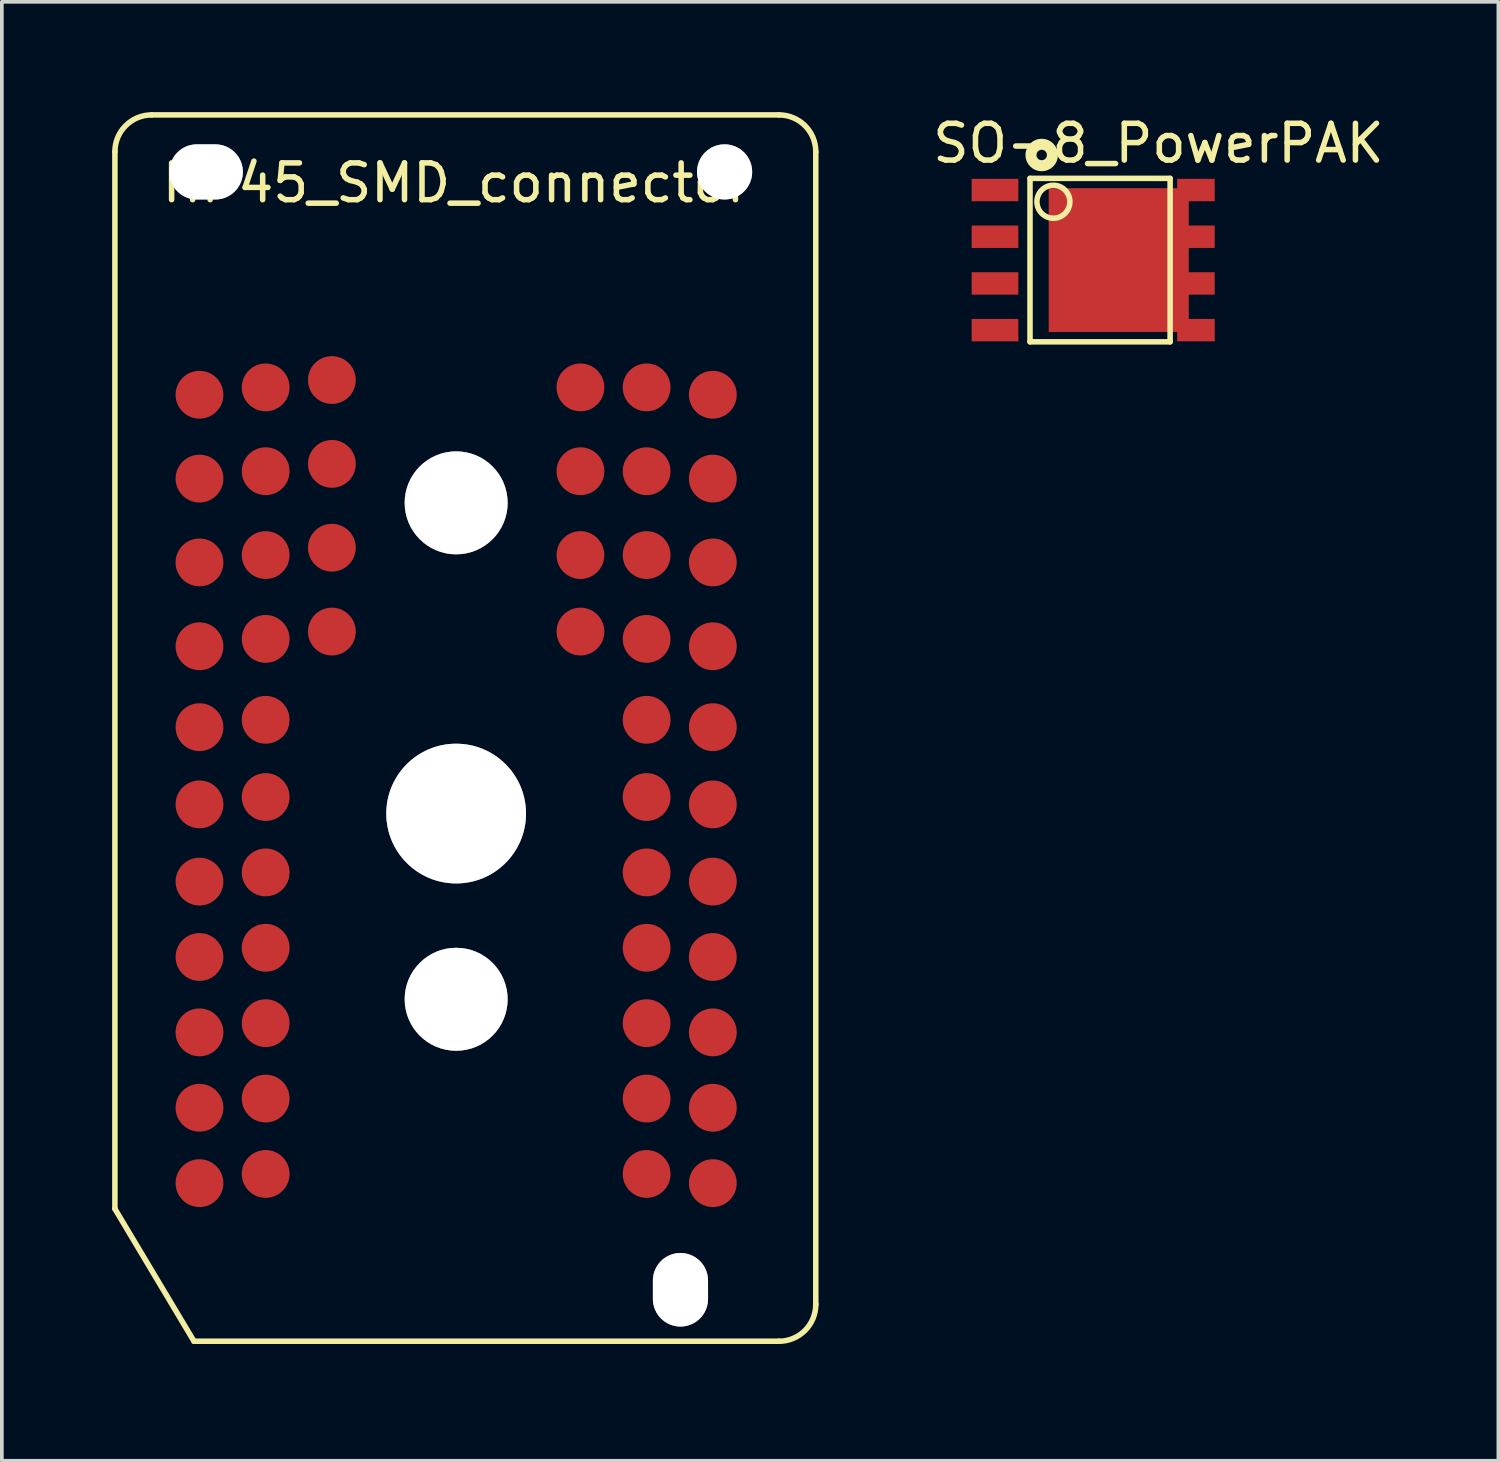
<source format=kicad_pcb>
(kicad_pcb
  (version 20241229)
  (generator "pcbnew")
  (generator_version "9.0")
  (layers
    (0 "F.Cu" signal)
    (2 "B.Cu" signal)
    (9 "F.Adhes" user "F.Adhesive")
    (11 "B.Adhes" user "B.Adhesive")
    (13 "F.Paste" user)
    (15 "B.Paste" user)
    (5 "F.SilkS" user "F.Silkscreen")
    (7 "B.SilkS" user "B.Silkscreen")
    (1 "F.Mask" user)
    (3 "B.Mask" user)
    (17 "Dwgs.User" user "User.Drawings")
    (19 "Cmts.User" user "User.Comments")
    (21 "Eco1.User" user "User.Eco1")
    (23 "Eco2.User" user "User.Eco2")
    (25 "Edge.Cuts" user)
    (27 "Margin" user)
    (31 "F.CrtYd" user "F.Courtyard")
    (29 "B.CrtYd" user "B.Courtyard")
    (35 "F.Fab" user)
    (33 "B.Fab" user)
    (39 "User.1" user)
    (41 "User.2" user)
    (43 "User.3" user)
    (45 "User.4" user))
  (footprint "SO-8_PowerPAK"
    (layer "F.Cu")
    (at 23.374 1.483)
    (property "Reference" "SO-8_PowerPAK" (at 5.08 -0.635 0) (layer "F.SilkS") (effects (font (size 1 1) (thickness 0.15))))
    (attr through_hole)
    (fp_line (start 1.587 0.318) (end 1.587 4.763) (stroke (width 0.15) (type solid)) (layer "F.SilkS"))
    (fp_line (start 1.587 4.763) (end 5.397 4.763) (stroke (width 0.15) (type solid)) (layer "F.SilkS"))
    (fp_line (start 5.397 0.318) (end 1.587 0.318) (stroke (width 0.15) (type solid)) (layer "F.SilkS"))
    (fp_line (start 5.397 4.763) (end 5.397 0.318) (stroke (width 0.15) (type solid)) (layer "F.SilkS"))
    (fp_circle (center 1.905 -0.318) (end 2.005 -0.217) (stroke (width 0.3) (type solid)) (fill no) (layer "F.SilkS"))
    (fp_circle (center 2.223 0.953) (end 2.54 1.27) (stroke (width 0.15) (type solid)) (fill no) (layer "F.SilkS"))
    (pad "1" smd rect (at 0.635 0.635) (size 1.27 0.61) (layers "F.Cu" "F.Mask" "F.Paste"))
    (pad "1" smd rect (at 0.635 1.905) (size 1.27 0.61) (layers "F.Cu" "F.Mask" "F.Paste"))
    (pad "1" smd rect (at 0.635 3.175) (size 1.27 0.61) (layers "F.Cu" "F.Mask" "F.Paste"))
    (pad "2" smd rect (at 0.635 4.445) (size 1.27 0.61) (layers "F.Cu" "F.Mask" "F.Paste"))
    (pad "3" smd rect (at 4 2.54) (size 3.81 3.91) (layers "F.Cu" "F.Mask" "F.Paste"))
    (pad "3" smd rect (at 6.1 0.635) (size 1.02 0.61) (layers "F.Cu" "F.Mask" "F.Paste"))
    (pad "3" smd rect (at 6.1 1.905) (size 1.02 0.61) (layers "F.Cu" "F.Mask" "F.Paste"))
    (pad "3" smd rect (at 6.1 3.175) (size 1.02 0.61) (layers "F.Cu" "F.Mask" "F.Paste"))
    (pad "3" smd rect (at 6.1 4.445) (size 1.02 0.61) (layers "F.Cu" "F.Mask" "F.Paste")))
  (footprint "HP45_SMD_connector"
    (layer "F.Cu")
    (at 9.355 33.425)
    (property "Reference" "HP45_SMD_connector" (at 0 -31.5 0) (layer "F.SilkS") (effects (font (size 1 1) (thickness 0.15))))
    (attr through_hole)
    (fp_line (start -9.28 -32.35) (end -9.28 -3.6) (stroke (width 0.15) (type solid)) (layer "F.SilkS"))
    (fp_line (start -9.28 -3.6) (end -7.13 0) (stroke (width 0.15) (type solid)) (layer "F.SilkS"))
    (fp_line (start -7.13 0) (end 8.78 0) (stroke (width 0.15) (type solid)) (layer "F.SilkS"))
    (fp_line (start 8.78 -33.35) (end -8.28 -33.35) (stroke (width 0.15) (type solid)) (layer "F.SilkS"))
    (fp_line (start 9.78 -1) (end 9.78 -32.35) (stroke (width 0.15) (type solid)) (layer "F.SilkS"))
    (fp_arc (start -9.28 -32.35) (mid -8.987107 -33.057107) (end -8.28 -33.35) (stroke (width 0.15) (type solid)) (layer "F.SilkS"))
    (fp_arc (start 8.78 -33.35) (mid 9.487107 -33.057107) (end 9.78 -32.35) (stroke (width 0.15) (type solid)) (layer "F.SilkS"))
    (fp_arc (start 9.78 -1) (mid 9.487107 -0.292893) (end 8.78 0) (stroke (width 0.15) (type solid)) (layer "F.SilkS"))
    (pad "" thru_hole oval (at -6.8 -31.8) (size 2 1.5) (drill oval 2 1.5) (layers "*.Cu" "*.Mask"))
    (pad "" thru_hole circle (at 0 -22.8) (size 2.8 2.8) (drill 2.8) (layers "*.Cu" "*.Mask"))
    (pad "" thru_hole circle (at 0 -14.35) (size 3.8 3.8) (drill 3.8) (layers "*.Cu" "*.Mask"))
    (pad "" thru_hole circle (at 0 -9.3) (size 2.8 2.8) (drill 2.8) (layers "*.Cu" "*.Mask"))
    (pad "" thru_hole oval (at 6.1 -1.4) (size 1.5 2) (drill oval 1.5 2) (layers "*.Cu" "*.Mask"))
    (pad "" thru_hole oval (at 7.3 -31.8) (size 1.5 1.5) (drill oval 1.5) (layers "*.Cu" "*.Mask"))
    (pad "1" smd circle (at 6.98 -4.3) (size 1.3 1.3) (layers "F.Cu" "F.Mask" "F.Paste"))
    (pad "2" smd circle (at -6.98 -4.3) (size 1.3 1.3) (layers "F.Cu" "F.Mask" "F.Paste"))
    (pad "3" smd circle (at 5.18 -4.55) (size 1.3 1.3) (layers "F.Cu" "F.Mask" "F.Paste"))
    (pad "4" smd circle (at -5.18 -4.55) (size 1.3 1.3) (layers "F.Cu" "F.Mask" "F.Paste"))
    (pad "5" smd circle (at 6.98 -6.35) (size 1.3 1.3) (layers "F.Cu" "F.Mask" "F.Paste"))
    (pad "6" smd circle (at -6.98 -6.35) (size 1.3 1.3) (layers "F.Cu" "F.Mask" "F.Paste"))
    (pad "7" smd circle (at 5.18 -6.6) (size 1.3 1.3) (layers "F.Cu" "F.Mask" "F.Paste"))
    (pad "8" smd circle (at -5.18 -6.6) (size 1.3 1.3) (layers "F.Cu" "F.Mask" "F.Paste"))
    (pad "9" smd circle (at 6.98 -8.4) (size 1.3 1.3) (layers "F.Cu" "F.Mask" "F.Paste"))
    (pad "10" smd circle (at -6.98 -8.4) (size 1.3 1.3) (layers "F.Cu" "F.Mask" "F.Paste"))
    (pad "11" smd circle (at 5.18 -8.65) (size 1.3 1.3) (layers "F.Cu" "F.Mask" "F.Paste"))
    (pad "12" smd circle (at -5.18 -8.65) (size 1.3 1.3) (layers "F.Cu" "F.Mask" "F.Paste"))
    (pad "13" smd circle (at 6.98 -10.45) (size 1.3 1.3) (layers "F.Cu" "F.Mask" "F.Paste"))
    (pad "14" smd circle (at -6.98 -10.45) (size 1.3 1.3) (layers "F.Cu" "F.Mask" "F.Paste"))
    (pad "15" smd circle (at 5.18 -10.7) (size 1.3 1.3) (layers "F.Cu" "F.Mask" "F.Paste"))
    (pad "16" smd circle (at -5.18 -10.7) (size 1.3 1.3) (layers "F.Cu" "F.Mask" "F.Paste"))
    (pad "17" smd circle (at 6.98 -12.5) (size 1.3 1.3) (layers "F.Cu" "F.Mask" "F.Paste"))
    (pad "18" smd circle (at -6.98 -12.5) (size 1.3 1.3) (layers "F.Cu" "F.Mask" "F.Paste"))
    (pad "19" smd circle (at 5.18 -12.75) (size 1.3 1.3) (layers "F.Cu" "F.Mask" "F.Paste"))
    (pad "20" smd circle (at -5.18 -12.75) (size 1.3 1.3) (layers "F.Cu" "F.Mask" "F.Paste"))
    (pad "21" smd circle (at 6.98 -14.6) (size 1.3 1.3) (layers "F.Cu" "F.Mask" "F.Paste"))
    (pad "22" smd circle (at -6.98 -14.6) (size 1.3 1.3) (layers "F.Cu" "F.Mask" "F.Paste"))
    (pad "23" smd circle (at 5.18 -14.8) (size 1.3 1.3) (layers "F.Cu" "F.Mask" "F.Paste"))
    (pad "24" smd circle (at -5.18 -14.8) (size 1.3 1.3) (layers "F.Cu" "F.Mask" "F.Paste"))
    (pad "25" smd circle (at 6.98 -16.7) (size 1.3 1.3) (layers "F.Cu" "F.Mask" "F.Paste"))
    (pad "26" smd circle (at -6.98 -16.7) (size 1.3 1.3) (layers "F.Cu" "F.Mask" "F.Paste"))
    (pad "27" smd circle (at 5.18 -16.9) (size 1.3 1.3) (layers "F.Cu" "F.Mask" "F.Paste"))
    (pad "28" smd circle (at -5.18 -16.9) (size 1.3 1.3) (layers "F.Cu" "F.Mask" "F.Paste"))
    (pad "29" smd circle (at 6.98 -18.9) (size 1.3 1.3) (layers "F.Cu" "F.Mask" "F.Paste"))
    (pad "30" smd circle (at -6.98 -18.9) (size 1.3 1.3) (layers "F.Cu" "F.Mask" "F.Paste"))
    (pad "31" smd circle (at 5.18 -19.1) (size 1.3 1.3) (layers "F.Cu" "F.Mask" "F.Paste"))
    (pad "32" smd circle (at -5.18 -19.1) (size 1.3 1.3) (layers "F.Cu" "F.Mask" "F.Paste"))
    (pad "33" smd circle (at 3.38 -19.3) (size 1.3 1.3) (layers "F.Cu" "F.Mask" "F.Paste"))
    (pad "34" smd circle (at -3.38 -19.3) (size 1.3 1.3) (layers "F.Cu" "F.Mask" "F.Paste"))
    (pad "35" smd circle (at 6.98 -21.18) (size 1.3 1.3) (layers "F.Cu" "F.Mask" "F.Paste"))
    (pad "36" smd circle (at -6.98 -21.18) (size 1.3 1.3) (layers "F.Cu" "F.Mask" "F.Paste"))
    (pad "37" smd circle (at 5.18 -21.38) (size 1.3 1.3) (layers "F.Cu" "F.Mask" "F.Paste"))
    (pad "38" smd circle (at -5.18 -21.38) (size 1.3 1.3) (layers "F.Cu" "F.Mask" "F.Paste"))
    (pad "39" smd circle (at 3.38 -21.38) (size 1.3 1.3) (layers "F.Cu" "F.Mask" "F.Paste"))
    (pad "40" smd circle (at -3.38 -21.58) (size 1.3 1.3) (layers "F.Cu" "F.Mask" "F.Paste"))
    (pad "41" smd circle (at 6.98 -23.46) (size 1.3 1.3) (layers "F.Cu" "F.Mask" "F.Paste"))
    (pad "42" smd circle (at -6.98 -23.46) (size 1.3 1.3) (layers "F.Cu" "F.Mask" "F.Paste"))
    (pad "43" smd circle (at 5.18 -23.66) (size 1.3 1.3) (layers "F.Cu" "F.Mask" "F.Paste"))
    (pad "44" smd circle (at -5.18 -23.66) (size 1.3 1.3) (layers "F.Cu" "F.Mask" "F.Paste"))
    (pad "45" smd circle (at 3.38 -23.66) (size 1.3 1.3) (layers "F.Cu" "F.Mask" "F.Paste"))
    (pad "46" smd circle (at -3.38 -23.86) (size 1.3 1.3) (layers "F.Cu" "F.Mask" "F.Paste"))
    (pad "47" smd circle (at 6.98 -25.74) (size 1.3 1.3) (layers "F.Cu" "F.Mask" "F.Paste"))
    (pad "48" smd circle (at -6.98 -25.74) (size 1.3 1.3) (layers "F.Cu" "F.Mask" "F.Paste"))
    (pad "49" smd circle (at 5.18 -25.94) (size 1.3 1.3) (layers "F.Cu" "F.Mask" "F.Paste"))
    (pad "50" smd circle (at -5.18 -25.94) (size 1.3 1.3) (layers "F.Cu" "F.Mask" "F.Paste"))
    (pad "51" smd circle (at 3.38 -25.94) (size 1.3 1.3) (layers "F.Cu" "F.Mask" "F.Paste"))
    (pad "52" smd circle (at -3.38 -26.14) (size 1.3 1.3) (layers "F.Cu" "F.Mask" "F.Paste")))
  (gr_rect
    (start -3 -3)
    (end 37.698 36.675)
    (stroke (width 0.1) (type default))
    (fill no)
    (layer "Edge.Cuts")))
</source>
